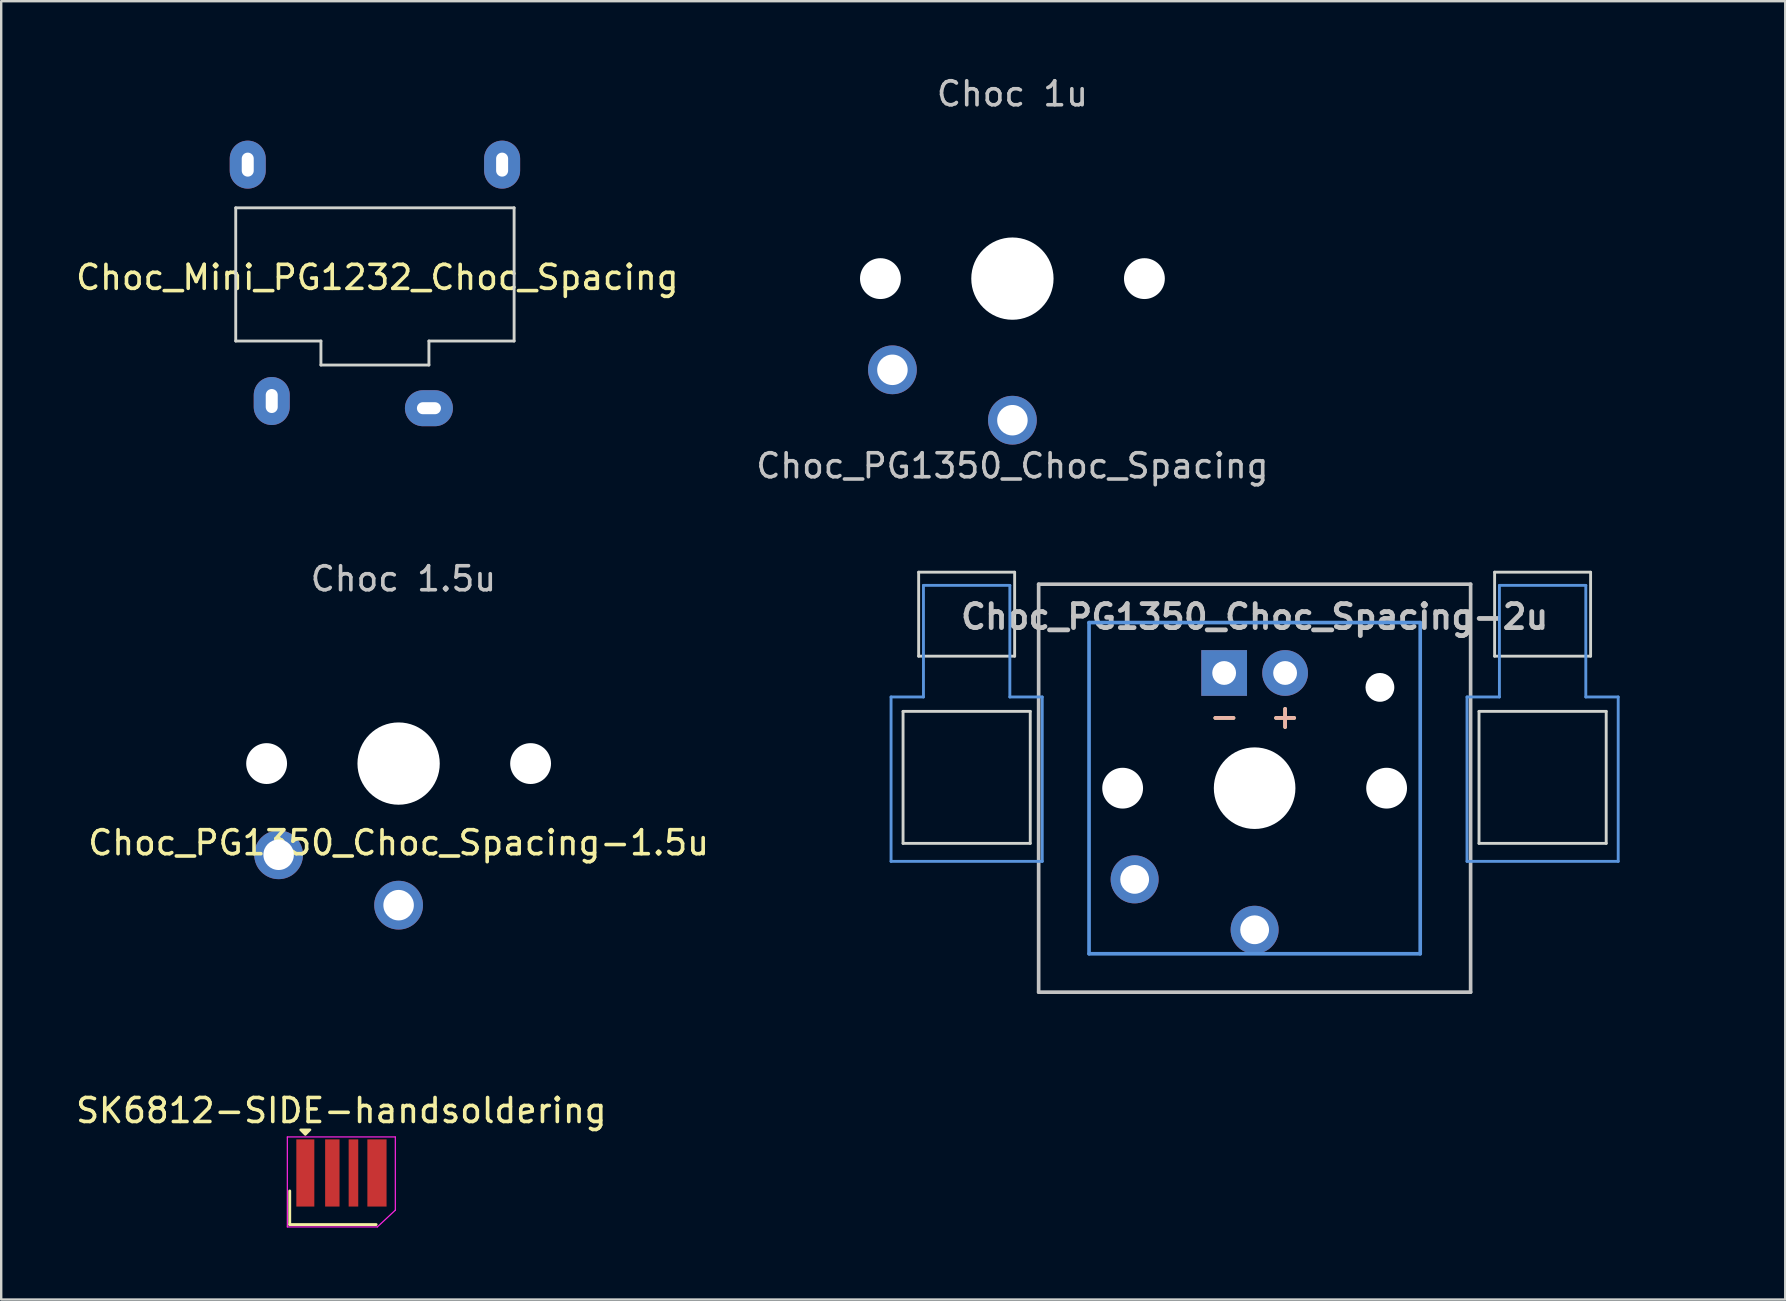
<source format=kicad_pcb>
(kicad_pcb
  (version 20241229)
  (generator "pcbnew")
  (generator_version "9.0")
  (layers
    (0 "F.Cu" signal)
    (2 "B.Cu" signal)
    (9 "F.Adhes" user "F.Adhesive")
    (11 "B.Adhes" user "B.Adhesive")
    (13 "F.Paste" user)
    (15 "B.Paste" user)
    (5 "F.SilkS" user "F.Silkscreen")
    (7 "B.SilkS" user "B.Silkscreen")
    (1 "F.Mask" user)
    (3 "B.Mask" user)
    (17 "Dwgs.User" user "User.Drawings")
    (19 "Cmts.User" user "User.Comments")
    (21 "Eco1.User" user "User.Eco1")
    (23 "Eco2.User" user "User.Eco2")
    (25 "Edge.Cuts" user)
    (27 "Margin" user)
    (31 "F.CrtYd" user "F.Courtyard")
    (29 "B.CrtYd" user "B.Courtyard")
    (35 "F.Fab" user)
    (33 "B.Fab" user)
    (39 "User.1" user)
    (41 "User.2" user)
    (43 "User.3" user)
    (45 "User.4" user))
  (footprint "Choc_PG1350_Choc_Spacing"
    (layer "F.Cu")
    (at 39.137 8.56)
    (property "Reference" "Choc_PG1350_Choc_Spacing" (at 0 7.8 0) (layer "Dwgs.User") (effects (font (size 1 1) (thickness 0.15))))
    (attr through_hole)
    (fp_line (start -9 -8.5) (end 9 -8.5) (stroke (width 0.12) (type solid)) (layer "Eco1.User"))
    (fp_line (start -9 8.5) (end -9 -8.5) (stroke (width 0.12) (type solid)) (layer "Eco1.User"))
    (fp_line (start 9 -8.5) (end 9 8.5) (stroke (width 0.12) (type solid)) (layer "Eco1.User"))
    (fp_line (start 9 8.5) (end -9 8.5) (stroke (width 0.12) (type solid)) (layer "Eco1.User"))
    (fp_line (start -6.9 6.9) (end -6.9 -6.9) (stroke (width 0.15) (type solid)) (layer "Eco2.User"))
    (fp_line (start -6.9 6.9) (end 6.9 6.9) (stroke (width 0.15) (type solid)) (layer "Eco2.User"))
    (fp_line (start -2.6 -3.1) (end -2.6 -6.3) (stroke (width 0.15) (type solid)) (layer "Eco2.User"))
    (fp_line (start -2.6 -3.1) (end 2.6 -3.1) (stroke (width 0.15) (type solid)) (layer "Eco2.User"))
    (fp_line (start 2.6 -6.3) (end -2.6 -6.3) (stroke (width 0.15) (type solid)) (layer "Eco2.User"))
    (fp_line (start 2.6 -3.1) (end 2.6 -6.3) (stroke (width 0.15) (type solid)) (layer "Eco2.User"))
    (fp_line (start 6.9 -6.9) (end -6.9 -6.9) (stroke (width 0.15) (type solid)) (layer "Eco2.User"))
    (fp_line (start 6.9 -6.9) (end 6.9 6.9) (stroke (width 0.15) (type solid)) (layer "Eco2.User"))
    (fp_text user "Choc 1u" (at 0 -7.7 0) (layer "Dwgs.User") (effects (font (size 1 1) (thickness 0.15))))
    (pad "" np_thru_hole circle (at -5.5 0) (size 1.702 1.702) (drill 1.702) (layers "*.Cu" "*.Mask"))
    (pad "" np_thru_hole circle (at 0 0) (size 3.429 3.429) (drill 3.429) (layers "*.Cu" "*.Mask"))
    (pad "" np_thru_hole circle (at 5.5 0) (size 1.702 1.702) (drill 1.702) (layers "*.Cu" "*.Mask"))
    (pad "1" thru_hole circle (at 0 5.9) (size 2.032 2.032) (drill 1.27) (layers "*.Cu" "*.Mask"))
    (pad "2" thru_hole circle (at -5 3.8) (size 2.032 2.032) (drill 1.27) (layers "*.Cu" "*.Mask")))
  (footprint "Choc_PG1350_Choc_Spacing-2u"
    (layer "F.Cu")
    (at 49.23 29.793)
    (property "Reference" "Choc_PG1350_Choc_Spacing-2u" (at 0 -7.144 180) (layer "Dwgs.User") (effects (font (size 1 1) (thickness 0.2))))
    (attr through_hole)
    (fp_line (start -9 -8.5) (end 9 -8.5) (stroke (width 0.152) (type solid)) (layer "Dwgs.User"))
    (fp_line (start -9 8.5) (end -9 -8.5) (stroke (width 0.152) (type solid)) (layer "Dwgs.User"))
    (fp_line (start 9 -8.5) (end 9 8.5) (stroke (width 0.152) (type solid)) (layer "Dwgs.User"))
    (fp_line (start 9 8.5) (end -9 8.5) (stroke (width 0.152) (type solid)) (layer "Dwgs.User"))
    (fp_line (start -15.15 -3.8) (end -13.8 -3.8) (stroke (width 0.12) (type solid)) (layer "Cmts.User"))
    (fp_line (start -15.15 3.05) (end -15.15 -3.8) (stroke (width 0.12) (type solid)) (layer "Cmts.User"))
    (fp_line (start -15.15 3.05) (end -8.85 3.05) (stroke (width 0.12) (type solid)) (layer "Cmts.User"))
    (fp_line (start -13.8 -8.45) (end -13.8 -3.8) (stroke (width 0.12) (type solid)) (layer "Cmts.User"))
    (fp_line (start -13.8 -8.45) (end -10.2 -8.45) (stroke (width 0.12) (type solid)) (layer "Cmts.User"))
    (fp_line (start -10.2 -8.45) (end -10.2 -3.8) (stroke (width 0.12) (type solid)) (layer "Cmts.User"))
    (fp_line (start -10.2 -3.8) (end -8.85 -3.8) (stroke (width 0.12) (type solid)) (layer "Cmts.User"))
    (fp_line (start -8.85 3.05) (end -8.85 -3.8) (stroke (width 0.12) (type solid)) (layer "Cmts.User"))
    (fp_line (start -6.9 -6.9) (end 6.9 -6.9) (stroke (width 0.152) (type solid)) (layer "Cmts.User"))
    (fp_line (start -6.9 6.9) (end -6.9 -6.9) (stroke (width 0.152) (type solid)) (layer "Cmts.User"))
    (fp_line (start 6.9 -6.9) (end 6.9 6.9) (stroke (width 0.152) (type solid)) (layer "Cmts.User"))
    (fp_line (start 6.9 6.9) (end -6.9 6.9) (stroke (width 0.152) (type solid)) (layer "Cmts.User"))
    (fp_line (start 8.85 -3.8) (end 10.2 -3.8) (stroke (width 0.12) (type solid)) (layer "Cmts.User"))
    (fp_line (start 8.85 3.05) (end 8.85 -3.8) (stroke (width 0.12) (type solid)) (layer "Cmts.User"))
    (fp_line (start 8.85 3.05) (end 15.15 3.05) (stroke (width 0.12) (type solid)) (layer "Cmts.User"))
    (fp_line (start 10.2 -8.45) (end 10.2 -3.8) (stroke (width 0.12) (type solid)) (layer "Cmts.User"))
    (fp_line (start 10.2 -8.45) (end 13.8 -8.45) (stroke (width 0.12) (type solid)) (layer "Cmts.User"))
    (fp_line (start 13.8 -8.45) (end 13.8 -3.8) (stroke (width 0.12) (type solid)) (layer "Cmts.User"))
    (fp_line (start 13.8 -3.8) (end 15.15 -3.8) (stroke (width 0.12) (type solid)) (layer "Cmts.User"))
    (fp_line (start 15.15 3.05) (end 15.15 -3.8) (stroke (width 0.12) (type solid)) (layer "Cmts.User"))
    (fp_line (start -19.05 -9.525) (end -19.05 9.525) (stroke (width 0.12) (type solid)) (layer "Eco1.User"))
    (fp_line (start -19.05 -9.525) (end 19.05 -9.525) (stroke (width 0.12) (type solid)) (layer "Eco1.User"))
    (fp_line (start -19.05 9.525) (end 19.05 9.525) (stroke (width 0.12) (type solid)) (layer "Eco1.User"))
    (fp_line (start 19.05 -9.525) (end 19.05 9.525) (stroke (width 0.12) (type solid)) (layer "Eco1.User"))
    (fp_line (start -7.5 -7.5) (end 7.5 -7.5) (stroke (width 0.152) (type solid)) (layer "Eco2.User"))
    (fp_line (start -7.5 7.5) (end -7.5 -7.5) (stroke (width 0.152) (type solid)) (layer "Eco2.User"))
    (fp_line (start -2.7 -6.1) (end 2.5 -6.1) (stroke (width 0.12) (type solid)) (layer "Eco2.User"))
    (fp_line (start -2.7 -2.9) (end -2.7 -6.1) (stroke (width 0.12) (type solid)) (layer "Eco2.User"))
    (fp_line (start 2.5 -6.1) (end 2.5 -2.9) (stroke (width 0.12) (type solid)) (layer "Eco2.User"))
    (fp_line (start 2.5 -2.9) (end -2.7 -2.9) (stroke (width 0.12) (type solid)) (layer "Eco2.User"))
    (fp_line (start 7.5 -7.5) (end 7.5 7.5) (stroke (width 0.152) (type solid)) (layer "Eco2.User"))
    (fp_line (start 7.5 7.5) (end -7.5 7.5) (stroke (width 0.152) (type solid)) (layer "Eco2.User"))
    (fp_line (start -14.65 -3.2) (end -14.65 2.3) (stroke (width 0.12) (type solid)) (layer "Edge.Cuts"))
    (fp_line (start -14.65 -3.2) (end -9.35 -3.2) (stroke (width 0.12) (type solid)) (layer "Edge.Cuts"))
    (fp_line (start -14.65 2.3) (end -9.35 2.3) (stroke (width 0.12) (type solid)) (layer "Edge.Cuts"))
    (fp_line (start -14 -9) (end -14 -5.5) (stroke (width 0.12) (type solid)) (layer "Edge.Cuts"))
    (fp_line (start -14 -9) (end -10 -9) (stroke (width 0.12) (type solid)) (layer "Edge.Cuts"))
    (fp_line (start -14 -5.5) (end -10 -5.5) (stroke (width 0.12) (type solid)) (layer "Edge.Cuts"))
    (fp_line (start -10 -5.5) (end -10 -9) (stroke (width 0.12) (type solid)) (layer "Edge.Cuts"))
    (fp_line (start -9.35 2.3) (end -9.35 -3.2) (stroke (width 0.12) (type solid)) (layer "Edge.Cuts"))
    (fp_line (start 9.35 -3.2) (end 9.35 2.3) (stroke (width 0.12) (type solid)) (layer "Edge.Cuts"))
    (fp_line (start 9.35 -3.2) (end 14.65 -3.2) (stroke (width 0.12) (type solid)) (layer "Edge.Cuts"))
    (fp_line (start 9.35 2.3) (end 14.65 2.3) (stroke (width 0.12) (type solid)) (layer "Edge.Cuts"))
    (fp_line (start 10 -9) (end 10 -5.5) (stroke (width 0.12) (type solid)) (layer "Edge.Cuts"))
    (fp_line (start 10 -9) (end 14 -9) (stroke (width 0.12) (type solid)) (layer "Edge.Cuts"))
    (fp_line (start 10 -5.5) (end 14 -5.5) (stroke (width 0.12) (type solid)) (layer "Edge.Cuts"))
    (fp_line (start 14 -5.5) (end 14 -9) (stroke (width 0.12) (type solid)) (layer "Edge.Cuts"))
    (fp_line (start 14.65 2.3) (end 14.65 -3.2) (stroke (width 0.12) (type solid)) (layer "Edge.Cuts"))
    (fp_text user "+" (at 1.27 -3 180) (layer "F.SilkS") (effects (font (size 1 1) (thickness 0.15))))
    (fp_text user "-" (at -1.26 -3 180) (layer "F.SilkS") (effects (font (size 1 1) (thickness 0.15))))
    (fp_text user "+" (at 1.27 -3 180) (layer "B.SilkS") (effects (font (size 1 1) (thickness 0.15)) (justify mirror)))
    (fp_text user "-" (at -1.26 -3 180) (layer "B.SilkS") (effects (font (size 1 1) (thickness 0.15)) (justify mirror)))
    (pad "" np_thru_hole circle (at -5.5 0 180) (size 1.7 1.7) (drill 1.7) (layers "*.Cu" "*.Mask"))
    (pad "" np_thru_hole circle (at 0 0 180) (size 3.4 3.4) (drill 3.4) (layers "*.Cu" "*.Mask"))
    (pad "" np_thru_hole circle (at 5.22 -4.2 180) (size 1.2 1.2) (drill 1.2) (layers "*.Cu" "*.Mask"))
    (pad "" np_thru_hole circle (at 5.5 0 180) (size 1.7 1.7) (drill 1.7) (layers "*.Cu" "*.Mask"))
    (pad "1" thru_hole circle (at 0 5.9 180) (size 2 2) (drill 1.2) (layers "*.Cu" "*.Mask"))
    (pad "2" thru_hole circle (at -5 3.8 41.9) (size 2 2) (drill 1.2) (layers "*.Cu" "*.Mask"))
    (pad "3" thru_hole circle (at 1.27 -4.8 180) (size 1.905 1.905) (drill 0.991) (layers "*.Cu" "*.Mask"))
    (pad "4" thru_hole rect (at -1.27 -4.8 180) (size 1.905 1.905) (drill 0.991) (layers "*.Cu" "*.Mask")))
  (footprint "Choc_PG1350_Choc_Spacing-1.5u"
    (layer "F.Cu")
    (at 13.56 28.768)
    (property "Reference" "Choc_PG1350_Choc_Spacing-1.5u" (at 0 3.3 0) (layer "F.SilkS") (effects (font (size 1 1) (thickness 0.15))))
    (attr through_hole)
    (fp_line (start -13.5 -8.5) (end 13.5 -8.5) (stroke (width 0.12) (type solid)) (layer "Eco1.User"))
    (fp_line (start -13.5 8.5) (end -13.5 -8.5) (stroke (width 0.12) (type solid)) (layer "Eco1.User"))
    (fp_line (start 13.5 -8.5) (end 13.5 8.5) (stroke (width 0.12) (type solid)) (layer "Eco1.User"))
    (fp_line (start 13.5 8.5) (end -13.5 8.5) (stroke (width 0.12) (type solid)) (layer "Eco1.User"))
    (fp_line (start -6.9 6.9) (end -6.9 -6.9) (stroke (width 0.15) (type solid)) (layer "Eco2.User"))
    (fp_line (start -6.9 6.9) (end 6.9 6.9) (stroke (width 0.15) (type solid)) (layer "Eco2.User"))
    (fp_line (start -2.6 -3.1) (end -2.6 -6.3) (stroke (width 0.15) (type solid)) (layer "Eco2.User"))
    (fp_line (start -2.6 -3.1) (end 2.6 -3.1) (stroke (width 0.15) (type solid)) (layer "Eco2.User"))
    (fp_line (start 2.6 -6.3) (end -2.6 -6.3) (stroke (width 0.15) (type solid)) (layer "Eco2.User"))
    (fp_line (start 2.6 -3.1) (end 2.6 -6.3) (stroke (width 0.15) (type solid)) (layer "Eco2.User"))
    (fp_line (start 6.9 -6.9) (end -6.9 -6.9) (stroke (width 0.15) (type solid)) (layer "Eco2.User"))
    (fp_line (start 6.9 -6.9) (end 6.9 6.9) (stroke (width 0.15) (type solid)) (layer "Eco2.User"))
    (fp_text user "Choc 1.5u" (at 0.2 -7.7 0) (layer "Dwgs.User") (effects (font (size 1 1) (thickness 0.15))))
    (pad "" np_thru_hole circle (at -5.5 0) (size 1.702 1.702) (drill 1.702) (layers "*.Cu" "*.Mask"))
    (pad "" np_thru_hole circle (at 0 0) (size 3.429 3.429) (drill 3.429) (layers "*.Cu" "*.Mask"))
    (pad "" np_thru_hole circle (at 5.5 0) (size 1.702 1.702) (drill 1.702) (layers "*.Cu" "*.Mask"))
    (pad "1" thru_hole circle (at 0 5.9) (size 2.032 2.032) (drill 1.27) (layers "*.Cu" "*.Mask"))
    (pad "2" thru_hole circle (at -5 3.8) (size 2.032 2.032) (drill 1.27) (layers "*.Cu" "*.Mask")))
  (footprint "Choc_Mini_PG1232_Choc_Spacing"
    (layer "F.Cu")
    (at 12.573 8.56)
    (property "Reference" "Choc_Mini_PG1232_Choc_Spacing" (at 0.1 -0.05 0) (layer "F.SilkS") (effects (font (size 1 1) (thickness 0.15))))
    (attr through_hole)
    (fp_line (start -9 -8.5) (end -9 8.5) (stroke (width 0.12) (type solid)) (layer "Eco1.User"))
    (fp_line (start -9 -8.5) (end 9 -8.5) (stroke (width 0.12) (type solid)) (layer "Eco1.User"))
    (fp_line (start -9 8.5) (end 9 8.5) (stroke (width 0.12) (type solid)) (layer "Eco1.User"))
    (fp_line (start 9 -8.5) (end 9 8.5) (stroke (width 0.12) (type solid)) (layer "Eco1.User"))
    (fp_line (start -7.25 -6.75) (end -7.25 6.75) (stroke (width 0.15) (type solid)) (layer "Eco2.User"))
    (fp_line (start -7.25 -6.75) (end 7.25 -6.75) (stroke (width 0.15) (type solid)) (layer "Eco2.User"))
    (fp_line (start -7.25 6.75) (end 7.25 6.75) (stroke (width 0.15) (type solid)) (layer "Eco2.User"))
    (fp_line (start -2.8 -3.2) (end -2.8 -5.35) (stroke (width 0.15) (type solid)) (layer "Eco2.User"))
    (fp_line (start -2.8 -3.2) (end 2.8 -3.2) (stroke (width 0.15) (type solid)) (layer "Eco2.User"))
    (fp_line (start 2.8 -5.35) (end -2.8 -5.35) (stroke (width 0.15) (type solid)) (layer "Eco2.User"))
    (fp_line (start 2.8 -3.2) (end 2.8 -5.35) (stroke (width 0.15) (type solid)) (layer "Eco2.User"))
    (fp_line (start 7.25 -6.75) (end 7.25 6.75) (stroke (width 0.15) (type solid)) (layer "Eco2.User"))
    (fp_line (start -5.8 -2.95) (end 5.8 -2.95) (stroke (width 0.12) (type solid)) (layer "Edge.Cuts"))
    (fp_line (start -5.8 2.6) (end -5.8 -2.95) (stroke (width 0.12) (type solid)) (layer "Edge.Cuts"))
    (fp_line (start -2.25 2.6) (end -5.8 2.6) (stroke (width 0.12) (type solid)) (layer "Edge.Cuts"))
    (fp_line (start -2.25 2.6) (end -2.25 3.6) (stroke (width 0.12) (type solid)) (layer "Edge.Cuts"))
    (fp_line (start -2.25 3.6) (end 2.25 3.6) (stroke (width 0.12) (type solid)) (layer "Edge.Cuts"))
    (fp_line (start 2.25 2.6) (end 5.8 2.6) (stroke (width 0.12) (type solid)) (layer "Edge.Cuts"))
    (fp_line (start 2.25 3.6) (end 2.25 2.6) (stroke (width 0.12) (type solid)) (layer "Edge.Cuts"))
    (fp_line (start 5.8 -2.95) (end 5.8 2.6) (stroke (width 0.12) (type solid)) (layer "Edge.Cuts"))
    (pad "1" thru_hole oval (at -4.3 5.1) (size 1.5 2) (drill oval 0.5 1) (layers "*.Cu" "*.Mask"))
    (pad "2" thru_hole oval (at 2.25 5.4) (size 2 1.5) (drill oval 1 0.5) (layers "*.Cu" "*.Mask"))
    (pad "3" thru_hole oval (at 5.3 -4.75) (size 1.5 2) (drill oval 0.5 1) (layers "*.Cu" "*.Mask"))
    (pad "4" thru_hole oval (at -5.3 -4.75) (size 1.5 2) (drill oval 0.5 1) (layers "*.Cu" "*.Mask")))
  (footprint "SK6812-SIDE-handsoldering"
    (layer "F.Cu")
    (at 11.173 46.827)
    (property "Reference" "SK6812-SIDE-handsoldering" (at 0 -3.6 0) (layer "F.SilkS") (effects (font (size 1 1) (thickness 0.15))))
    (attr through_hole)
    (fp_line (start -2.15 -0.25) (end -2.15 1.15) (stroke (width 0.12) (type solid)) (layer "F.SilkS"))
    (fp_line (start -2.15 1.15) (end 1.45 1.15) (stroke (width 0.12) (type solid)) (layer "F.SilkS"))
    (fp_poly (pts (xy -1.5 -2.6) (xy -1.7 -2.8) (xy -1.3 -2.8)) (stroke (width 0.1) (type solid)) (fill yes) (layer "F.SilkS"))
    (fp_line (start -2.25 -2.5) (end -2.25 1.25) (stroke (width 0.05) (type solid)) (layer "F.CrtYd"))
    (fp_line (start -2.25 -2.5) (end 2.25 -2.5) (stroke (width 0.05) (type solid)) (layer "F.CrtYd"))
    (fp_line (start -2.25 1.25) (end 1.5 1.25) (stroke (width 0.05) (type solid)) (layer "F.CrtYd"))
    (fp_line (start 1.5 1.25) (end 2.25 0.55) (stroke (width 0.05) (type solid)) (layer "F.CrtYd"))
    (fp_line (start 2.25 -2.5) (end 2.25 0.55) (stroke (width 0.05) (type solid)) (layer "F.CrtYd"))
    (pad "1" smd rect (at -1.5 -1) (size 0.75 2.8) (layers "F.Cu" "F.Mask" "F.Paste"))
    (pad "2" smd rect (at -0.375 -1) (size 0.6 2.8) (layers "F.Cu" "F.Mask" "F.Paste"))
    (pad "3" smd rect (at 0.505 -1) (size 0.4 2.8) (layers "F.Cu" "F.Mask" "F.Paste"))
    (pad "4" smd rect (at 1.485 -1) (size 0.8 2.8) (layers "F.Cu" "F.Mask" "F.Paste")))
  (gr_rect
    (start -3 -3)
    (end 71.34 51.102)
    (stroke (width 0.1) (type default))
    (fill no)
    (layer "Edge.Cuts")))
</source>
